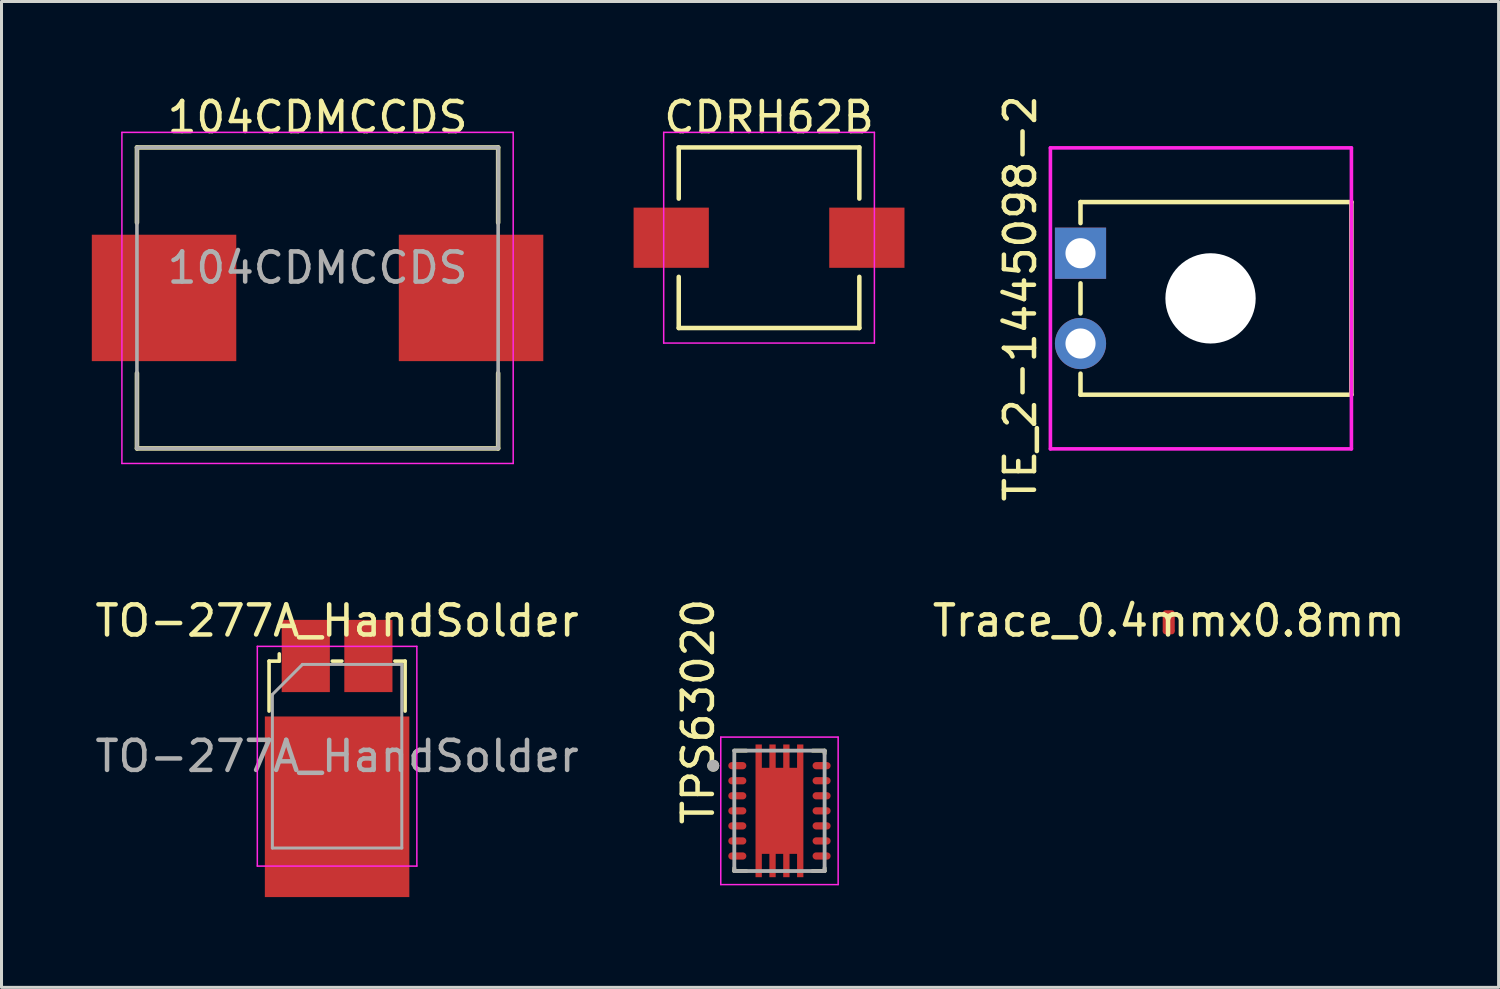
<source format=kicad_pcb>
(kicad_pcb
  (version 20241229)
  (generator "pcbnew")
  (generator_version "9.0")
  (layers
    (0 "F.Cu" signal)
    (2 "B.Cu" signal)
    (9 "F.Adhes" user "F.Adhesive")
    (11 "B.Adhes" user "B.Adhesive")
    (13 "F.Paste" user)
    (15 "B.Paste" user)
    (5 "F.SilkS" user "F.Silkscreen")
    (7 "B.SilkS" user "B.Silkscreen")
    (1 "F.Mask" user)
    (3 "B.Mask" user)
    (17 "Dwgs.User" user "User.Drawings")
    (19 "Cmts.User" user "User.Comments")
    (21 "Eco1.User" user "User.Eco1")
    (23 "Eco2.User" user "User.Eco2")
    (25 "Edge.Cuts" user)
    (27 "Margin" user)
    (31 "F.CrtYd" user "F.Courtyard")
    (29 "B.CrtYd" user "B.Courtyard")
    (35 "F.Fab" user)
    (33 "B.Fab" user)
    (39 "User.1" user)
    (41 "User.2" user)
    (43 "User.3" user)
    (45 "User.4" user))
  (footprint "104CDMCCDS"
    (layer "F.Cu")
    (at 7.5 6.848)
    (property "Reference" "104CDMCCDS" (at 0 -6 0) (layer "F.SilkS") (effects (font (size 1 1) (thickness 0.15))))
    (attr through_hole)
    (fp_line (start -6 -5) (end -6 -2.5) (stroke (width 0.15) (type solid)) (layer "F.SilkS"))
    (fp_line (start -6 -5) (end 6 -5) (stroke (width 0.15) (type solid)) (layer "F.SilkS"))
    (fp_line (start -6 5) (end -6 2.5) (stroke (width 0.15) (type solid)) (layer "F.SilkS"))
    (fp_line (start -6 5) (end 6 5) (stroke (width 0.15) (type solid)) (layer "F.SilkS"))
    (fp_line (start 6 -5) (end 6 -2.5) (stroke (width 0.15) (type solid)) (layer "F.SilkS"))
    (fp_line (start 6 5) (end 6 2.5) (stroke (width 0.15) (type solid)) (layer "F.SilkS"))
    (fp_line (start -6.5 -5.5) (end 6.5 -5.5) (stroke (width 0.05) (type solid)) (layer "F.CrtYd"))
    (fp_line (start -6.5 5.5) (end -6.5 -5.5) (stroke (width 0.05) (type solid)) (layer "F.CrtYd"))
    (fp_line (start 6.5 -5.5) (end 6.5 5.5) (stroke (width 0.05) (type solid)) (layer "F.CrtYd"))
    (fp_line (start 6.5 5.5) (end -6.5 5.5) (stroke (width 0.05) (type solid)) (layer "F.CrtYd"))
    (fp_line (start -6 -5) (end 6 -5) (stroke (width 0.12) (type solid)) (layer "F.Fab"))
    (fp_line (start -6 5) (end -6 -5) (stroke (width 0.12) (type solid)) (layer "F.Fab"))
    (fp_line (start 6 -5) (end 6 5) (stroke (width 0.12) (type solid)) (layer "F.Fab"))
    (fp_line (start 6 5) (end -6 5) (stroke (width 0.12) (type solid)) (layer "F.Fab"))
    (fp_text user "${REFERENCE}" (at 0 -1 0) (layer "F.Fab") (effects (font (size 1 1) (thickness 0.15))))
    (pad "1" smd rect (at -5.1 0) (size 4.8 4.2) (layers "F.Cu" "F.Mask" "F.Paste"))
    (pad "2" smd rect (at 5.1 0) (size 4.8 4.2) (layers "F.Cu" "F.Mask" "F.Paste")))
  (footprint "TPS63020"
    (placed yes)
    (layer "F.Cu")
    (at 22.846 23.889)
    (property "Reference" "TPS63020" (at -2.7 -3.3 270) (layer "F.SilkS") (effects (font (size 1 1) (thickness 0.15))))
    (attr through_hole)
    (fp_poly (pts (xy -0.79 -2.2) (xy -0.59 -2.2) (xy -0.59 -1.425) (xy -0.33 -1.425) (xy -0.33 -2.2) (xy -0.13 -2.2) (xy -0.13 -1.425) (xy 0.13 -1.425) (xy 0.13 -2.2) (xy 0.33 -2.2) (xy 0.33 -1.425) (xy 0.59 -1.425) (xy 0.59 -2.2) (xy 0.79 -2.2) (xy 0.79 2.2) (xy 0.59 2.2) (xy 0.59 1.425) (xy 0.33 1.425) (xy 0.33 2.2) (xy 0.13 2.2) (xy 0.13 1.425) (xy -0.13 1.425) (xy -0.13 2.2) (xy -0.33 2.2) (xy -0.33 1.425) (xy -0.59 1.425) (xy -0.59 2.2) (xy -0.79 2.2)) (stroke (width 0.01) (type solid)) (fill yes) (layer "F.Mask"))
    (fp_line (start -1.5 -2) (end -1.1 -2) (stroke (width 0.127) (type solid)) (layer "F.SilkS"))
    (fp_line (start -1.5 2) (end -1.5 1.9) (stroke (width 0.127) (type solid)) (layer "F.SilkS"))
    (fp_line (start -1.1 2) (end -1.5 2) (stroke (width 0.127) (type solid)) (layer "F.SilkS"))
    (fp_line (start 1.1 -2) (end 1.5 -2) (stroke (width 0.127) (type solid)) (layer "F.SilkS"))
    (fp_line (start 1.5 -2) (end 1.5 -1.9) (stroke (width 0.127) (type solid)) (layer "F.SilkS"))
    (fp_line (start 1.5 1.9) (end 1.5 2) (stroke (width 0.127) (type solid)) (layer "F.SilkS"))
    (fp_line (start 1.5 2) (end 1.1 2) (stroke (width 0.127) (type solid)) (layer "F.SilkS"))
    (fp_circle (center -2.2 -1.5) (end -2.1 -1.5) (stroke (width 0.2) (type solid)) (fill no) (layer "F.SilkS"))
    (fp_poly (pts (xy -0.79 -2.2) (xy -0.59 -2.2) (xy -0.59 -1.35) (xy -0.33 -1.35) (xy -0.33 -2.2) (xy -0.13 -2.2) (xy -0.13 -0.1) (xy -0.79 -0.1)) (stroke (width 0.01) (type solid)) (fill yes) (layer "F.Paste"))
    (fp_poly (pts (xy -0.79 2.2) (xy -0.59 2.2) (xy -0.59 1.35) (xy -0.33 1.35) (xy -0.33 2.2) (xy -0.13 2.2) (xy -0.13 0.1) (xy -0.79 0.1)) (stroke (width 0.01) (type solid)) (fill yes) (layer "F.Paste"))
    (fp_poly (pts (xy 0.79 -2.2) (xy 0.59 -2.2) (xy 0.59 -1.35) (xy 0.33 -1.35) (xy 0.33 -2.2) (xy 0.13 -2.2) (xy 0.13 -0.1) (xy 0.79 -0.1)) (stroke (width 0.01) (type solid)) (fill yes) (layer "F.Paste"))
    (fp_poly (pts (xy 0.79 2.2) (xy 0.59 2.2) (xy 0.59 1.35) (xy 0.33 1.35) (xy 0.33 2.2) (xy 0.13 2.2) (xy 0.13 0.1) (xy 0.79 0.1)) (stroke (width 0.01) (type solid)) (fill yes) (layer "F.Paste"))
    (fp_line (start -1.95 -2.45) (end 1.95 -2.45) (stroke (width 0.05) (type solid)) (layer "F.CrtYd"))
    (fp_line (start -1.95 2.45) (end -1.95 -2.45) (stroke (width 0.05) (type solid)) (layer "F.CrtYd"))
    (fp_line (start 1.95 -2.45) (end 1.95 2.45) (stroke (width 0.05) (type solid)) (layer "F.CrtYd"))
    (fp_line (start 1.95 2.45) (end -1.95 2.45) (stroke (width 0.05) (type solid)) (layer "F.CrtYd"))
    (fp_line (start -1.5 -2) (end 1.5 -2) (stroke (width 0.127) (type solid)) (layer "F.Fab"))
    (fp_line (start -1.5 2) (end -1.5 -2) (stroke (width 0.127) (type solid)) (layer "F.Fab"))
    (fp_line (start 1.5 -2) (end 1.5 2) (stroke (width 0.127) (type solid)) (layer "F.Fab"))
    (fp_line (start 1.5 2) (end -1.5 2) (stroke (width 0.127) (type solid)) (layer "F.Fab"))
    (fp_circle (center -2.2 -1.5) (end -2.1 -1.5) (stroke (width 0.2) (type solid)) (fill no) (layer "F.Fab"))
    (pad "1" smd oval (at -1.4 -1.5) (size 0.6 0.24) (layers "F.Cu" "F.Mask" "F.Paste"))
    (pad "2" smd oval (at -1.4 -1) (size 0.6 0.24) (layers "F.Cu" "F.Mask" "F.Paste"))
    (pad "3" smd oval (at -1.4 -0.5) (size 0.6 0.24) (layers "F.Cu" "F.Mask" "F.Paste"))
    (pad "4" smd oval (at -1.4 0) (size 0.6 0.24) (layers "F.Cu" "F.Mask" "F.Paste"))
    (pad "5" smd oval (at -1.4 0.5) (size 0.6 0.24) (layers "F.Cu" "F.Mask" "F.Paste"))
    (pad "6" smd oval (at -1.4 1) (size 0.6 0.24) (layers "F.Cu" "F.Mask" "F.Paste"))
    (pad "7" smd oval (at -1.4 1.5) (size 0.6 0.24) (layers "F.Cu" "F.Mask" "F.Paste"))
    (pad "8" smd oval (at 1.4 1.5) (size 0.6 0.24) (layers "F.Cu" "F.Mask" "F.Paste"))
    (pad "9" smd oval (at 1.4 1) (size 0.6 0.24) (layers "F.Cu" "F.Mask" "F.Paste"))
    (pad "10" smd oval (at 1.4 0.5) (size 0.6 0.24) (layers "F.Cu" "F.Mask" "F.Paste"))
    (pad "11" smd oval (at 1.4 0) (size 0.6 0.24) (layers "F.Cu" "F.Mask" "F.Paste"))
    (pad "12" smd oval (at 1.4 -0.5) (size 0.6 0.24) (layers "F.Cu" "F.Mask" "F.Paste"))
    (pad "13" smd oval (at 1.4 -1) (size 0.6 0.24) (layers "F.Cu" "F.Mask" "F.Paste"))
    (pad "14" smd oval (at 1.4 -1.5) (size 0.6 0.24) (layers "F.Cu" "F.Mask" "F.Paste"))
    (pad "15" smd custom (at 0 0) (size 1.5 2.8) (layers "F.Cu") (options (anchor rect)) (primitives (gr_poly (pts (xy -0.79 -2.2) (xy -0.59 -2.2) (xy -0.59 -1.425) (xy -0.33 -1.425) (xy -0.33 -2.2) (xy -0.13 -2.2) (xy -0.13 -1.425) (xy 0.13 -1.425) (xy 0.13 -2.2) (xy 0.33 -2.2) (xy 0.33 -1.425) (xy 0.59 -1.425) (xy 0.59 -2.2) (xy 0.79 -2.2) (xy 0.79 2.2) (xy 0.59 2.2) (xy 0.59 1.425) (xy 0.33 1.425) (xy 0.33 2.2) (xy 0.13 2.2) (xy 0.13 1.425) (xy -0.13 1.425) (xy -0.13 2.2) (xy -0.33 2.2) (xy -0.33 1.425) (xy -0.59 1.425) (xy -0.59 2.2) (xy -0.79 2.2)) (width 0.01) (fill yes)))))
  (footprint "CDRH62B"
    (layer "F.Cu")
    (at 22.5 4.848)
    (property "Reference" "CDRH62B" (at 0 -4 0) (layer "F.SilkS") (effects (font (size 1 1) (thickness 0.15))))
    (attr through_hole)
    (fp_line (start -3 -3) (end 3 -3) (stroke (width 0.15) (type solid)) (layer "F.SilkS"))
    (fp_line (start -3 -1.3) (end -3 -3) (stroke (width 0.15) (type solid)) (layer "F.SilkS"))
    (fp_line (start -3 3) (end -3 1.3) (stroke (width 0.15) (type solid)) (layer "F.SilkS"))
    (fp_line (start -3 3) (end 3 3) (stroke (width 0.15) (type solid)) (layer "F.SilkS"))
    (fp_line (start 3 -1.3) (end 3 -3) (stroke (width 0.15) (type solid)) (layer "F.SilkS"))
    (fp_line (start 3 3) (end 3 1.3) (stroke (width 0.15) (type solid)) (layer "F.SilkS"))
    (fp_line (start -3.5 -3.5) (end -3.5 3.5) (stroke (width 0.05) (type solid)) (layer "F.CrtYd"))
    (fp_line (start -3.5 -3.5) (end 3.5 -3.5) (stroke (width 0.05) (type solid)) (layer "F.CrtYd"))
    (fp_line (start 3.5 -3.5) (end 3.5 3.5) (stroke (width 0.05) (type solid)) (layer "F.CrtYd"))
    (fp_line (start 3.5 3.5) (end -3.5 3.5) (stroke (width 0.05) (type solid)) (layer "F.CrtYd"))
    (pad "1" smd rect (at -3.25 0) (size 2.5 2) (layers "F.Cu" "F.Mask" "F.Paste"))
    (pad "2" smd rect (at 3.25 0) (size 2.5 2) (layers "F.Cu" "F.Mask" "F.Paste")))
  (footprint "TE_2-1445098-2"
    (layer "F.Cu")
    (at 32.848 6.863)
    (property "Reference" "TE_2-1445098-2" (at -2 0 90) (layer "F.SilkS") (effects (font (size 1 1) (thickness 0.15))))
    (attr through_hole)
    (fp_line (start 0 -3.2) (end 9 -3.2) (stroke (width 0.15) (type solid)) (layer "F.SilkS"))
    (fp_line (start 0 -2.5) (end 0 -3.2) (stroke (width 0.15) (type solid)) (layer "F.SilkS"))
    (fp_line (start 0 0.5) (end 0 -0.5) (stroke (width 0.15) (type solid)) (layer "F.SilkS"))
    (fp_line (start 0 3.2) (end 0 2.5) (stroke (width 0.15) (type solid)) (layer "F.SilkS"))
    (fp_line (start 0 3.2) (end 9 3.2) (stroke (width 0.15) (type solid)) (layer "F.SilkS"))
    (fp_line (start 9 3.2) (end 9 -3.2) (stroke (width 0.15) (type solid)) (layer "F.SilkS"))
    (fp_line (start -1 -5) (end -1 5) (stroke (width 0.12) (type solid)) (layer "F.CrtYd"))
    (fp_line (start 9 -5) (end -1 -5) (stroke (width 0.12) (type solid)) (layer "F.CrtYd"))
    (fp_line (start 9 5) (end -1 5) (stroke (width 0.12) (type solid)) (layer "F.CrtYd"))
    (fp_line (start 9 5) (end 9 -5) (stroke (width 0.12) (type solid)) (layer "F.CrtYd"))
    (pad "" np_thru_hole circle (at 4.32 0 90) (size 3 3) (drill 3) (layers "*.Cu" "*.Mask"))
    (pad "1" thru_hole rect (at 0 -1.5 90) (size 1.7 1.7) (drill 1) (layers "*.Cu" "*.Mask"))
    (pad "2" thru_hole circle (at 0 1.5 90) (size 1.7 1.7) (drill 1) (layers "*.Cu" "*.Mask")))
  (footprint "Trace_0.4mmx0.8mm"
    (layer "F.Cu")
    (at 35.779 17.624)
    (property "Reference" "Trace_0.4mmx0.8mm" (at 0 -0.05 0) (layer "F.SilkS") (effects (font (size 1 1) (thickness 0.15))))
    (attr through_hole)
    (fp_poly (pts (xy -0.2 0.3) (xy -0.2 -0.3) (xy 0.2 -0.3) (xy 0.2 0.3)) (stroke (width 0) (type solid)) (fill yes) (layer "F.Cu"))
    (pad "1" smd oval (at 0 -0.3) (size 0.4 0.2) (layers "F.Cu"))
    (pad "2" smd oval (at 0 0.3) (size 0.4 0.2) (layers "F.Cu")))
  (footprint "TO-277A_HandSolder"
    (layer "F.Cu")
    (at 8.149 22.074)
    (property "Reference" "TO-277A_HandSolder" (at 0 -4.5 180) (layer "F.SilkS") (effects (font (size 1 1) (thickness 0.15))))
    (attr smd)
    (fp_line (start -2.26 -3.16) (end -2.26 -1.5) (stroke (width 0.12) (type solid)) (layer "F.SilkS"))
    (fp_line (start -1.92 -3.4) (end -1.92 -3.16) (stroke (width 0.12) (type solid)) (layer "F.SilkS"))
    (fp_line (start -1.92 -3.16) (end -2.26 -3.16) (stroke (width 0.12) (type solid)) (layer "F.SilkS"))
    (fp_line (start -0.16 -3.16) (end 0.16 -3.16) (stroke (width 0.12) (type solid)) (layer "F.SilkS"))
    (fp_line (start 2.26 -3.16) (end 1.92 -3.16) (stroke (width 0.12) (type solid)) (layer "F.SilkS"))
    (fp_line (start 2.26 -1.5) (end 2.26 -3.16) (stroke (width 0.12) (type solid)) (layer "F.SilkS"))
    (fp_line (start -2.65 -3.65) (end -2.65 3.65) (stroke (width 0.05) (type solid)) (layer "F.CrtYd"))
    (fp_line (start -2.65 -3.65) (end 2.65 -3.65) (stroke (width 0.05) (type solid)) (layer "F.CrtYd"))
    (fp_line (start 2.65 3.65) (end -2.65 3.65) (stroke (width 0.05) (type solid)) (layer "F.CrtYd"))
    (fp_line (start 2.65 3.65) (end 2.65 -3.65) (stroke (width 0.05) (type solid)) (layer "F.CrtYd"))
    (fp_line (start -2.15 -2.05) (end -2.15 3.05) (stroke (width 0.1) (type solid)) (layer "F.Fab"))
    (fp_line (start -2.15 3.05) (end 2.15 3.05) (stroke (width 0.1) (type solid)) (layer "F.Fab"))
    (fp_line (start -1.15 -3.05) (end -2.15 -2.05) (stroke (width 0.1) (type solid)) (layer "F.Fab"))
    (fp_line (start 2.15 -3.05) (end -1.15 -3.05) (stroke (width 0.1) (type solid)) (layer "F.Fab"))
    (fp_line (start 2.15 3.05) (end 2.15 -3.05) (stroke (width 0.1) (type solid)) (layer "F.Fab"))
    (fp_text user "${REFERENCE}" (at 0 0 0) (layer "F.Fab") (effects (font (size 1 1) (thickness 0.15))))
    (pad "" smd rect (at -1.7 -0.65 180) (size 1.25 1.2) (layers "F.Paste"))
    (pad "" smd rect (at -1.7 1.04) (size 1.25 1.2) (layers "F.Paste"))
    (pad "" smd rect (at -1.7 2.7) (size 1.25 1.2) (layers "F.Paste"))
    (pad "" smd rect (at 0 -0.65) (size 1.25 1.2) (layers "F.Paste"))
    (pad "" smd rect (at 0 1.04) (size 1.25 1.2) (layers "F.Paste"))
    (pad "" smd rect (at 0 2.7) (size 1.25 1.2) (layers "F.Paste"))
    (pad "" smd rect (at 1.7 -0.65) (size 1.25 1.2) (layers "F.Paste"))
    (pad "" smd rect (at 1.7 1.04) (size 1.25 1.2) (layers "F.Paste"))
    (pad "" smd rect (at 1.7 2.7) (size 1.25 1.2) (layers "F.Paste"))
    (pad "1" smd rect (at -1.04 -3.33) (size 1.6 2.4) (layers "F.Cu" "F.Mask" "F.Paste"))
    (pad "2" smd rect (at 1.04 -3.33) (size 1.6 2.4) (layers "F.Cu" "F.Mask" "F.Paste"))
    (pad "3" smd rect (at 0 1.68) (size 4.8 6) (layers "F.Cu" "F.Mask")))
  (gr_rect
    (start -3 -3)
    (end 46.738 29.754)
    (stroke (width 0.1) (type default))
    (fill no)
    (layer "Edge.Cuts")))
</source>
